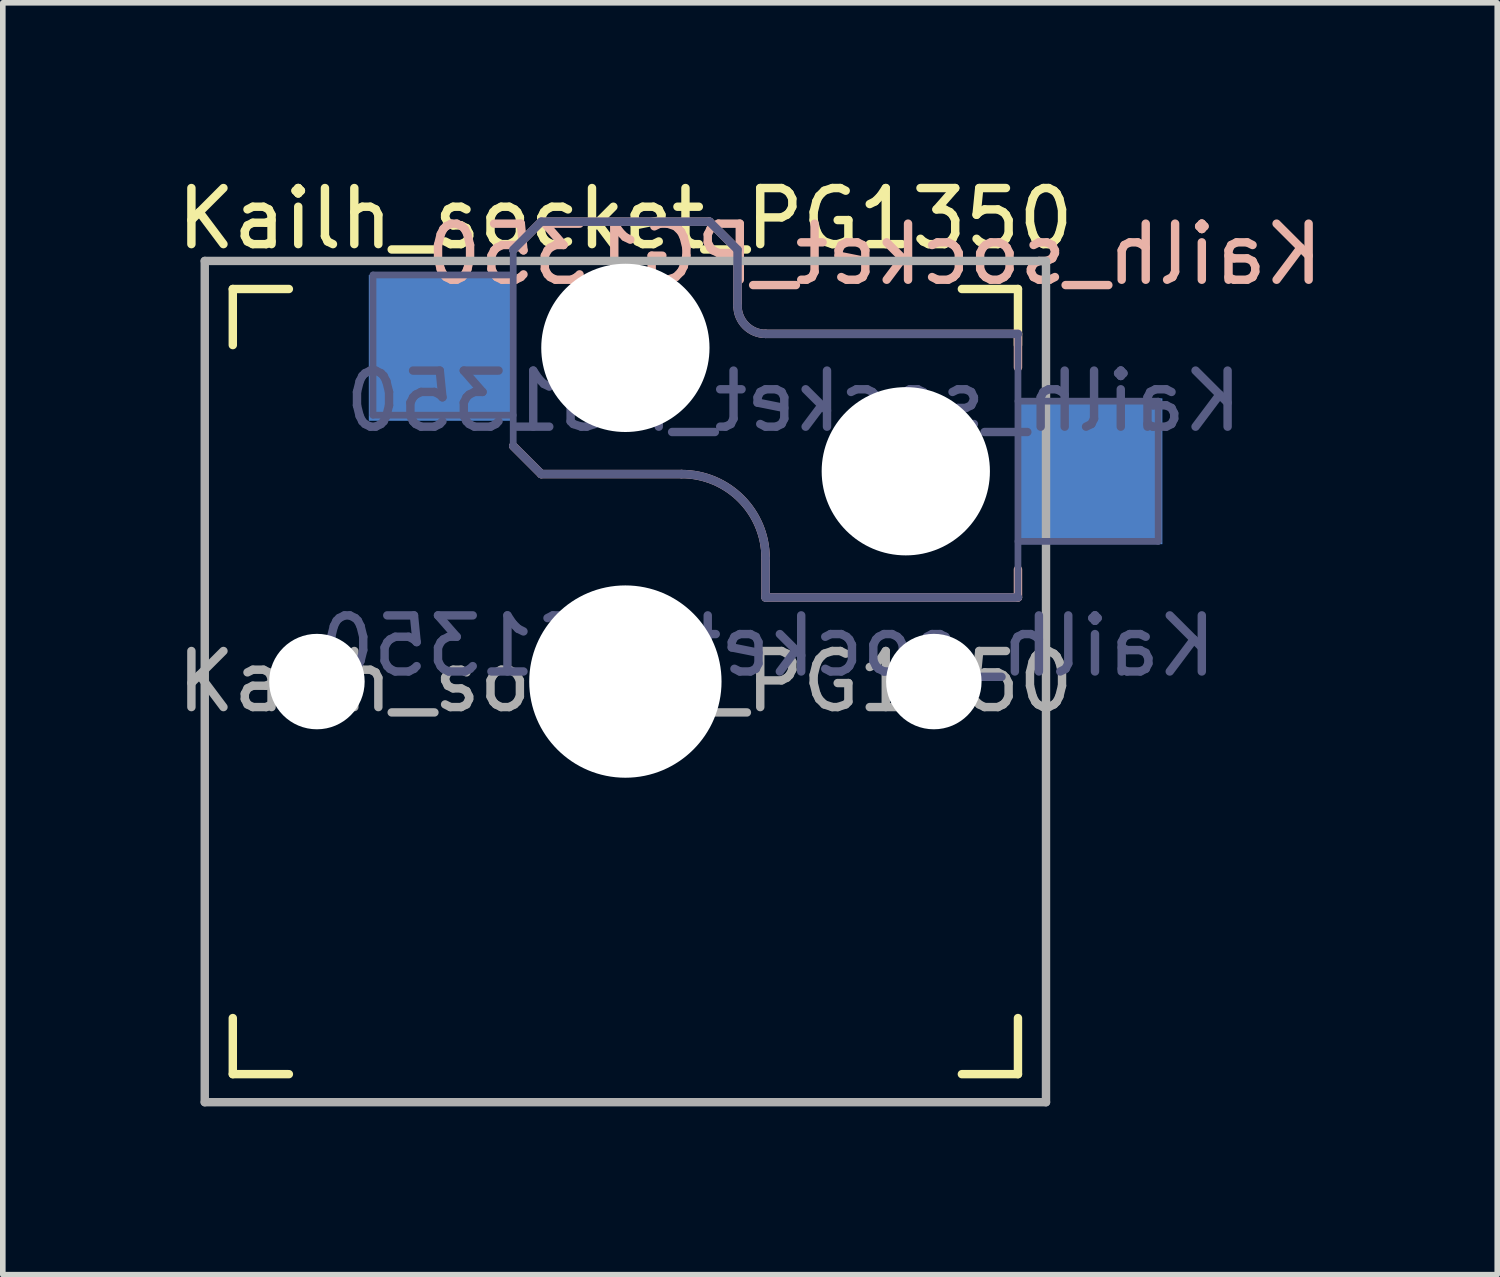
<source format=kicad_pcb>
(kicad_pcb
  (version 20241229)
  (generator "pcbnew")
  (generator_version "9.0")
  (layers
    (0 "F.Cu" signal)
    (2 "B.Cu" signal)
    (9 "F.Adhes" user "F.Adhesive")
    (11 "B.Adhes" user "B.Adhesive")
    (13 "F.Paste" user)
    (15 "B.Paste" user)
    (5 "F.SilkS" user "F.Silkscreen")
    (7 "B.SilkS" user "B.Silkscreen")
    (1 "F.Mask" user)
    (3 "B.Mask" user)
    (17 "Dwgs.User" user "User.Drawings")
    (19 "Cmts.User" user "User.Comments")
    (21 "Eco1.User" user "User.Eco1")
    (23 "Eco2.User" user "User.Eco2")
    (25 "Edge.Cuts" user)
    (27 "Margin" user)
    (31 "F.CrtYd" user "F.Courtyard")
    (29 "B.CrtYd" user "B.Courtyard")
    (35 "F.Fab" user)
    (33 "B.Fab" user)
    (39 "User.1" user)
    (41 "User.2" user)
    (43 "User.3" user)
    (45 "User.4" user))
  (footprint "Kailh_socket_PG1350"
    (layer "F.Cu")
    (at 8.101 9.103)
    (property "Reference" "Kailh_socket_PG1350" (at 0 -8.255 0) (layer "F.SilkS") (effects (font (size 1 1) (thickness 0.15))))
    (property "Value" "Kailh_socket_PG1350" (at 0 8.25 0) (layer "F.Fab") (hide yes) (effects (font (size 1 1) (thickness 0.15))))
    (attr through_hole)
    (fp_line (start -7 -6) (end -7 -7) (stroke (width 0.15) (type solid)) (layer "F.SilkS"))
    (fp_line (start -7 7) (end -7 6) (stroke (width 0.15) (type solid)) (layer "F.SilkS"))
    (fp_line (start -7 7) (end -6 7) (stroke (width 0.15) (type solid)) (layer "F.SilkS"))
    (fp_line (start -6 -7) (end -7 -7) (stroke (width 0.15) (type solid)) (layer "F.SilkS"))
    (fp_line (start 6 7) (end 7 7) (stroke (width 0.15) (type solid)) (layer "F.SilkS"))
    (fp_line (start 7 -7) (end 6 -7) (stroke (width 0.15) (type solid)) (layer "F.SilkS"))
    (fp_line (start 7 -7) (end 7 -6) (stroke (width 0.15) (type solid)) (layer "F.SilkS"))
    (fp_line (start 7 6) (end 7 7) (stroke (width 0.15) (type solid)) (layer "F.SilkS"))
    (fp_line (start -2 -7.7) (end -1.5 -8.2) (stroke (width 0.15) (type solid)) (layer "B.SilkS"))
    (fp_line (start -2 -4.2) (end -1.5 -3.7) (stroke (width 0.15) (type solid)) (layer "B.SilkS"))
    (fp_line (start -1.5 -8.2) (end 1.5 -8.2) (stroke (width 0.15) (type solid)) (layer "B.SilkS"))
    (fp_line (start -1.5 -3.7) (end 1 -3.7) (stroke (width 0.15) (type solid)) (layer "B.SilkS"))
    (fp_line (start 1.5 -8.2) (end 2 -7.7) (stroke (width 0.15) (type solid)) (layer "B.SilkS"))
    (fp_line (start 2 -6.7) (end 2 -7.7) (stroke (width 0.15) (type solid)) (layer "B.SilkS"))
    (fp_line (start 2.5 -2.2) (end 2.5 -1.5) (stroke (width 0.15) (type solid)) (layer "B.SilkS"))
    (fp_line (start 2.5 -1.5) (end 7 -1.5) (stroke (width 0.15) (type solid)) (layer "B.SilkS"))
    (fp_line (start 7 -6.2) (end 2.5 -6.2) (stroke (width 0.15) (type solid)) (layer "B.SilkS"))
    (fp_line (start 7 -5.6) (end 7 -6.2) (stroke (width 0.15) (type solid)) (layer "B.SilkS"))
    (fp_line (start 7 -1.5) (end 7 -2) (stroke (width 0.15) (type solid)) (layer "B.SilkS"))
    (fp_arc (start 1 -3.7) (mid 2.06066 -3.26066) (end 2.5 -2.2) (stroke (width 0.15) (type solid)) (layer "B.SilkS"))
    (fp_arc (start 2.5 -6.2) (mid 2.146447 -6.346447) (end 2 -6.7) (stroke (width 0.15) (type solid)) (layer "B.SilkS"))
    (fp_line (start -6.9 6.9) (end -6.9 -6.9) (stroke (width 0.15) (type solid)) (layer "Eco2.User"))
    (fp_line (start -6.9 6.9) (end 6.9 6.9) (stroke (width 0.15) (type solid)) (layer "Eco2.User"))
    (fp_line (start -2.6 -3.1) (end -2.6 -6.3) (stroke (width 0.15) (type solid)) (layer "Eco2.User"))
    (fp_line (start -2.6 -3.1) (end 2.6 -3.1) (stroke (width 0.15) (type solid)) (layer "Eco2.User"))
    (fp_line (start 2.6 -6.3) (end -2.6 -6.3) (stroke (width 0.15) (type solid)) (layer "Eco2.User"))
    (fp_line (start 2.6 -3.1) (end 2.6 -6.3) (stroke (width 0.15) (type solid)) (layer "Eco2.User"))
    (fp_line (start 6.9 -6.9) (end -6.9 -6.9) (stroke (width 0.15) (type solid)) (layer "Eco2.User"))
    (fp_line (start 6.9 -6.9) (end 6.9 6.9) (stroke (width 0.15) (type solid)) (layer "Eco2.User"))
    (fp_line (start -4.5 -7.25) (end -2 -7.25) (stroke (width 0.12) (type solid)) (layer "B.Fab"))
    (fp_line (start -4.5 -4.75) (end -4.5 -7.25) (stroke (width 0.12) (type solid)) (layer "B.Fab"))
    (fp_line (start -2 -7.7) (end -1.5 -8.2) (stroke (width 0.15) (type solid)) (layer "B.Fab"))
    (fp_line (start -2 -4.75) (end -4.5 -4.75) (stroke (width 0.12) (type solid)) (layer "B.Fab"))
    (fp_line (start -2 -4.25) (end -2 -7.7) (stroke (width 0.12) (type solid)) (layer "B.Fab"))
    (fp_line (start -2 -4.2) (end -1.5 -3.7) (stroke (width 0.15) (type solid)) (layer "B.Fab"))
    (fp_line (start -1.5 -8.2) (end 1.5 -8.2) (stroke (width 0.15) (type solid)) (layer "B.Fab"))
    (fp_line (start -1.5 -3.7) (end 1 -3.7) (stroke (width 0.15) (type solid)) (layer "B.Fab"))
    (fp_line (start 1.5 -8.2) (end 2 -7.7) (stroke (width 0.15) (type solid)) (layer "B.Fab"))
    (fp_line (start 2 -6.7) (end 2 -7.7) (stroke (width 0.15) (type solid)) (layer "B.Fab"))
    (fp_line (start 2.5 -2.2) (end 2.5 -1.5) (stroke (width 0.15) (type solid)) (layer "B.Fab"))
    (fp_line (start 2.5 -1.5) (end 7 -1.5) (stroke (width 0.15) (type solid)) (layer "B.Fab"))
    (fp_line (start 7 -6.2) (end 2.5 -6.2) (stroke (width 0.15) (type solid)) (layer "B.Fab"))
    (fp_line (start 7 -5) (end 9.5 -5) (stroke (width 0.12) (type solid)) (layer "B.Fab"))
    (fp_line (start 7 -1.5) (end 7 -6.2) (stroke (width 0.12) (type solid)) (layer "B.Fab"))
    (fp_line (start 9.5 -5) (end 9.5 -2.5) (stroke (width 0.12) (type solid)) (layer "B.Fab"))
    (fp_line (start 9.5 -2.5) (end 7 -2.5) (stroke (width 0.12) (type solid)) (layer "B.Fab"))
    (fp_arc (start 1 -3.7) (mid 2.06066 -3.26066) (end 2.5 -2.2) (stroke (width 0.15) (type solid)) (layer "B.Fab"))
    (fp_arc (start 2.5 -6.2) (mid 2.146447 -6.346447) (end 2 -6.7) (stroke (width 0.15) (type solid)) (layer "B.Fab"))
    (fp_line (start -7.5 -7.5) (end 7.5 -7.5) (stroke (width 0.15) (type solid)) (layer "F.Fab"))
    (fp_line (start -7.5 7.5) (end -7.5 -7.5) (stroke (width 0.15) (type solid)) (layer "F.Fab"))
    (fp_line (start 7.5 -7.5) (end 7.5 7.5) (stroke (width 0.15) (type solid)) (layer "F.Fab"))
    (fp_line (start 7.5 7.5) (end -7.5 7.5) (stroke (width 0.15) (type solid)) (layer "F.Fab"))
    (fp_text user "${REFERENCE}" (at 4.445 -7.62 0) (layer "B.SilkS") (effects (font (size 1 1) (thickness 0.15)) (justify mirror)))
    (fp_text user "${REFERENCE}" (at 3 -5 180) (layer "B.Fab") (effects (font (size 1 1) (thickness 0.15)) (justify mirror)))
    (fp_text user "${VALUE}" (at 2.54 -0.635 0) (layer "B.Fab") (effects (font (size 1 1) (thickness 0.15)) (justify mirror)))
    (fp_text user "${REFERENCE}" (at 0 0 0) (layer "F.Fab") (effects (font (size 1 1) (thickness 0.15))))
    (pad "" np_thru_hole circle (at -5.5 0) (size 1.702 1.702) (drill 1.702) (layers "*.Cu" "*.Mask"))
    (pad "" np_thru_hole circle (at 0 -5.95) (size 3 3) (drill 3) (layers "*.Cu" "*.Mask"))
    (pad "" np_thru_hole circle (at 0 0) (size 3.429 3.429) (drill 3.429) (layers "*.Cu" "*.Mask"))
    (pad "" np_thru_hole circle (at 5 -3.75) (size 3 3) (drill 3) (layers "*.Cu" "*.Mask"))
    (pad "" np_thru_hole circle (at 5.5 0) (size 1.702 1.702) (drill 1.702) (layers "*.Cu" "*.Mask"))
    (pad "1" smd rect (at -3.275 -5.95) (size 2.6 2.6) (layers "B.Cu" "B.Mask" "B.Paste"))
    (pad "2" smd rect (at 8.275 -3.75) (size 2.6 2.6) (layers "B.Cu" "B.Mask" "B.Paste")))
  (gr_rect
    (start -3 -3)
    (end 23.647 19.678)
    (stroke (width 0.1) (type default))
    (fill no)
    (layer "Edge.Cuts")))
</source>
